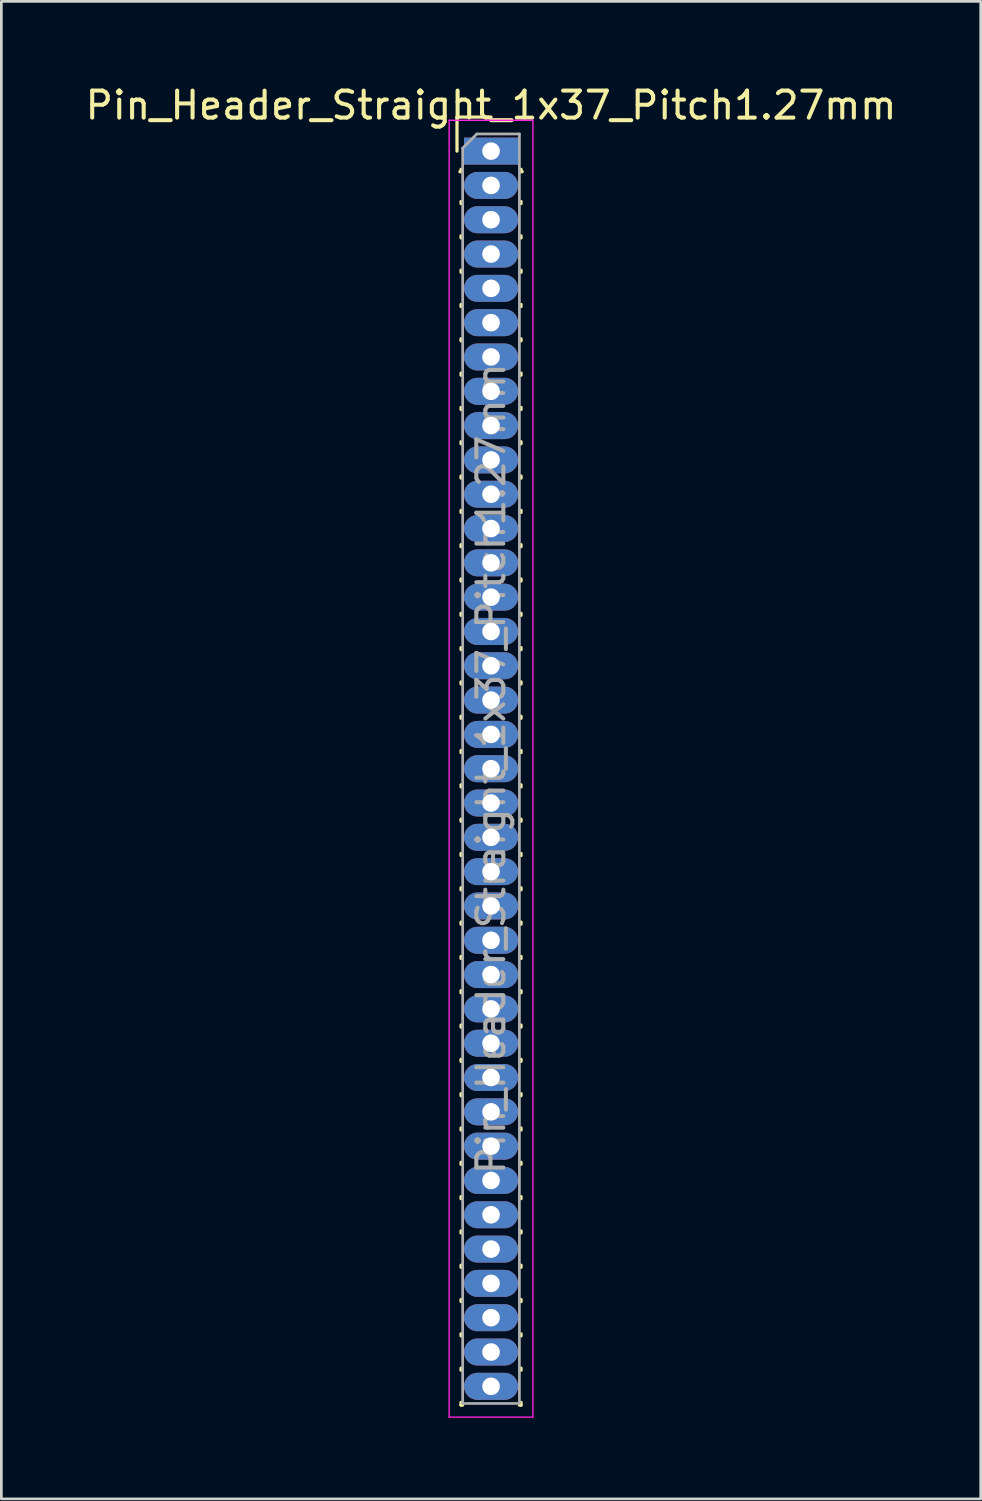
<source format=kicad_pcb>
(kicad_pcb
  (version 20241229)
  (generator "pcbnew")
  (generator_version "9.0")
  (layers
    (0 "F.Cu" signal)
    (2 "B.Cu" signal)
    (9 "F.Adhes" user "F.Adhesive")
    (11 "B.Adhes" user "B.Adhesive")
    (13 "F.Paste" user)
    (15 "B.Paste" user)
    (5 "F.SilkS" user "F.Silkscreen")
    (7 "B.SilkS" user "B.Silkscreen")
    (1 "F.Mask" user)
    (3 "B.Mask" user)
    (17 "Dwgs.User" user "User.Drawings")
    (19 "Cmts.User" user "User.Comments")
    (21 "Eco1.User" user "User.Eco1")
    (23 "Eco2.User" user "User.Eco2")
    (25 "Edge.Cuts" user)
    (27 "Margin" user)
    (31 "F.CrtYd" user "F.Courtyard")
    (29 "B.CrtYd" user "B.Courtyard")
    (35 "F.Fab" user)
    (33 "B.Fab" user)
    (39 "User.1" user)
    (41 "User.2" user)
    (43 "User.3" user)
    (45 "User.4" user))
  (footprint "Pin_Header_Straight_1x37_Pitch1.27mm"
    (layer "F.Cu")
    (at 15.125 2.543)
    (property "Reference" "Pin_Header_Straight_1x37_Pitch1.27mm" (at 0 -1.695 0) (layer "F.SilkS") (effects (font (size 1 1) (thickness 0.15))))
    (attr through_hole)
    (fp_line (start -1.26 -1.26) (end 0 -1.26) (stroke (width 0.12) (type solid)) (layer "F.SilkS"))
    (fp_line (start -1.26 0) (end -1.26 -1.26) (stroke (width 0.12) (type solid)) (layer "F.SilkS"))
    (fp_line (start -1.11 0.76) (end -1.152 0.76) (stroke (width 0.12) (type solid)) (layer "F.SilkS"))
    (fp_line (start -1.11 0.76) (end -1.11 0.674) (stroke (width 0.12) (type solid)) (layer "F.SilkS"))
    (fp_line (start -1.11 1.866) (end -1.11 1.944) (stroke (width 0.12) (type solid)) (layer "F.SilkS"))
    (fp_line (start -1.11 3.136) (end -1.11 3.214) (stroke (width 0.12) (type solid)) (layer "F.SilkS"))
    (fp_line (start -1.11 4.406) (end -1.11 4.484) (stroke (width 0.12) (type solid)) (layer "F.SilkS"))
    (fp_line (start -1.11 5.676) (end -1.11 5.754) (stroke (width 0.12) (type solid)) (layer "F.SilkS"))
    (fp_line (start -1.11 6.946) (end -1.11 7.024) (stroke (width 0.12) (type solid)) (layer "F.SilkS"))
    (fp_line (start -1.11 8.216) (end -1.11 8.294) (stroke (width 0.12) (type solid)) (layer "F.SilkS"))
    (fp_line (start -1.11 9.486) (end -1.11 9.564) (stroke (width 0.12) (type solid)) (layer "F.SilkS"))
    (fp_line (start -1.11 10.756) (end -1.11 10.834) (stroke (width 0.12) (type solid)) (layer "F.SilkS"))
    (fp_line (start -1.11 12.026) (end -1.11 12.104) (stroke (width 0.12) (type solid)) (layer "F.SilkS"))
    (fp_line (start -1.11 13.296) (end -1.11 13.374) (stroke (width 0.12) (type solid)) (layer "F.SilkS"))
    (fp_line (start -1.11 14.566) (end -1.11 14.644) (stroke (width 0.12) (type solid)) (layer "F.SilkS"))
    (fp_line (start -1.11 15.836) (end -1.11 15.914) (stroke (width 0.12) (type solid)) (layer "F.SilkS"))
    (fp_line (start -1.11 17.106) (end -1.11 17.184) (stroke (width 0.12) (type solid)) (layer "F.SilkS"))
    (fp_line (start -1.11 18.376) (end -1.11 18.454) (stroke (width 0.12) (type solid)) (layer "F.SilkS"))
    (fp_line (start -1.11 19.646) (end -1.11 19.724) (stroke (width 0.12) (type solid)) (layer "F.SilkS"))
    (fp_line (start -1.11 20.916) (end -1.11 20.994) (stroke (width 0.12) (type solid)) (layer "F.SilkS"))
    (fp_line (start -1.11 22.186) (end -1.11 22.264) (stroke (width 0.12) (type solid)) (layer "F.SilkS"))
    (fp_line (start -1.11 23.456) (end -1.11 23.534) (stroke (width 0.12) (type solid)) (layer "F.SilkS"))
    (fp_line (start -1.11 24.726) (end -1.11 24.804) (stroke (width 0.12) (type solid)) (layer "F.SilkS"))
    (fp_line (start -1.11 25.996) (end -1.11 26.074) (stroke (width 0.12) (type solid)) (layer "F.SilkS"))
    (fp_line (start -1.11 27.266) (end -1.11 27.344) (stroke (width 0.12) (type solid)) (layer "F.SilkS"))
    (fp_line (start -1.11 28.536) (end -1.11 28.614) (stroke (width 0.12) (type solid)) (layer "F.SilkS"))
    (fp_line (start -1.11 29.806) (end -1.11 29.884) (stroke (width 0.12) (type solid)) (layer "F.SilkS"))
    (fp_line (start -1.11 31.076) (end -1.11 31.154) (stroke (width 0.12) (type solid)) (layer "F.SilkS"))
    (fp_line (start -1.11 32.346) (end -1.11 32.424) (stroke (width 0.12) (type solid)) (layer "F.SilkS"))
    (fp_line (start -1.11 33.616) (end -1.11 33.694) (stroke (width 0.12) (type solid)) (layer "F.SilkS"))
    (fp_line (start -1.11 34.886) (end -1.11 34.964) (stroke (width 0.12) (type solid)) (layer "F.SilkS"))
    (fp_line (start -1.11 36.156) (end -1.11 36.234) (stroke (width 0.12) (type solid)) (layer "F.SilkS"))
    (fp_line (start -1.11 37.426) (end -1.11 37.504) (stroke (width 0.12) (type solid)) (layer "F.SilkS"))
    (fp_line (start -1.11 38.696) (end -1.11 38.774) (stroke (width 0.12) (type solid)) (layer "F.SilkS"))
    (fp_line (start -1.11 39.966) (end -1.11 40.044) (stroke (width 0.12) (type solid)) (layer "F.SilkS"))
    (fp_line (start -1.11 41.236) (end -1.11 41.314) (stroke (width 0.12) (type solid)) (layer "F.SilkS"))
    (fp_line (start -1.11 42.506) (end -1.11 42.584) (stroke (width 0.12) (type solid)) (layer "F.SilkS"))
    (fp_line (start -1.11 43.776) (end -1.11 43.854) (stroke (width 0.12) (type solid)) (layer "F.SilkS"))
    (fp_line (start -1.11 45.046) (end -1.11 45.124) (stroke (width 0.12) (type solid)) (layer "F.SilkS"))
    (fp_line (start -1.11 46.316) (end -1.11 46.415) (stroke (width 0.12) (type solid)) (layer "F.SilkS"))
    (fp_line (start -1.11 46.415) (end -1.051 46.415) (stroke (width 0.12) (type solid)) (layer "F.SilkS"))
    (fp_line (start 1.051 46.415) (end 1.11 46.415) (stroke (width 0.12) (type solid)) (layer "F.SilkS"))
    (fp_line (start 1.11 0.76) (end 1.11 0.674) (stroke (width 0.12) (type solid)) (layer "F.SilkS"))
    (fp_line (start 1.11 1.866) (end 1.11 1.944) (stroke (width 0.12) (type solid)) (layer "F.SilkS"))
    (fp_line (start 1.11 3.136) (end 1.11 3.214) (stroke (width 0.12) (type solid)) (layer "F.SilkS"))
    (fp_line (start 1.11 4.406) (end 1.11 4.484) (stroke (width 0.12) (type solid)) (layer "F.SilkS"))
    (fp_line (start 1.11 5.676) (end 1.11 5.754) (stroke (width 0.12) (type solid)) (layer "F.SilkS"))
    (fp_line (start 1.11 6.946) (end 1.11 7.024) (stroke (width 0.12) (type solid)) (layer "F.SilkS"))
    (fp_line (start 1.11 8.216) (end 1.11 8.294) (stroke (width 0.12) (type solid)) (layer "F.SilkS"))
    (fp_line (start 1.11 9.486) (end 1.11 9.564) (stroke (width 0.12) (type solid)) (layer "F.SilkS"))
    (fp_line (start 1.11 10.756) (end 1.11 10.834) (stroke (width 0.12) (type solid)) (layer "F.SilkS"))
    (fp_line (start 1.11 12.026) (end 1.11 12.104) (stroke (width 0.12) (type solid)) (layer "F.SilkS"))
    (fp_line (start 1.11 13.296) (end 1.11 13.374) (stroke (width 0.12) (type solid)) (layer "F.SilkS"))
    (fp_line (start 1.11 14.566) (end 1.11 14.644) (stroke (width 0.12) (type solid)) (layer "F.SilkS"))
    (fp_line (start 1.11 15.836) (end 1.11 15.914) (stroke (width 0.12) (type solid)) (layer "F.SilkS"))
    (fp_line (start 1.11 17.106) (end 1.11 17.184) (stroke (width 0.12) (type solid)) (layer "F.SilkS"))
    (fp_line (start 1.11 18.376) (end 1.11 18.454) (stroke (width 0.12) (type solid)) (layer "F.SilkS"))
    (fp_line (start 1.11 19.646) (end 1.11 19.724) (stroke (width 0.12) (type solid)) (layer "F.SilkS"))
    (fp_line (start 1.11 20.916) (end 1.11 20.994) (stroke (width 0.12) (type solid)) (layer "F.SilkS"))
    (fp_line (start 1.11 22.186) (end 1.11 22.264) (stroke (width 0.12) (type solid)) (layer "F.SilkS"))
    (fp_line (start 1.11 23.456) (end 1.11 23.534) (stroke (width 0.12) (type solid)) (layer "F.SilkS"))
    (fp_line (start 1.11 24.726) (end 1.11 24.804) (stroke (width 0.12) (type solid)) (layer "F.SilkS"))
    (fp_line (start 1.11 25.996) (end 1.11 26.074) (stroke (width 0.12) (type solid)) (layer "F.SilkS"))
    (fp_line (start 1.11 27.266) (end 1.11 27.344) (stroke (width 0.12) (type solid)) (layer "F.SilkS"))
    (fp_line (start 1.11 28.536) (end 1.11 28.614) (stroke (width 0.12) (type solid)) (layer "F.SilkS"))
    (fp_line (start 1.11 29.806) (end 1.11 29.884) (stroke (width 0.12) (type solid)) (layer "F.SilkS"))
    (fp_line (start 1.11 31.076) (end 1.11 31.154) (stroke (width 0.12) (type solid)) (layer "F.SilkS"))
    (fp_line (start 1.11 32.346) (end 1.11 32.424) (stroke (width 0.12) (type solid)) (layer "F.SilkS"))
    (fp_line (start 1.11 33.616) (end 1.11 33.694) (stroke (width 0.12) (type solid)) (layer "F.SilkS"))
    (fp_line (start 1.11 34.886) (end 1.11 34.964) (stroke (width 0.12) (type solid)) (layer "F.SilkS"))
    (fp_line (start 1.11 36.156) (end 1.11 36.234) (stroke (width 0.12) (type solid)) (layer "F.SilkS"))
    (fp_line (start 1.11 37.426) (end 1.11 37.504) (stroke (width 0.12) (type solid)) (layer "F.SilkS"))
    (fp_line (start 1.11 38.696) (end 1.11 38.774) (stroke (width 0.12) (type solid)) (layer "F.SilkS"))
    (fp_line (start 1.11 39.966) (end 1.11 40.044) (stroke (width 0.12) (type solid)) (layer "F.SilkS"))
    (fp_line (start 1.11 41.236) (end 1.11 41.314) (stroke (width 0.12) (type solid)) (layer "F.SilkS"))
    (fp_line (start 1.11 42.506) (end 1.11 42.584) (stroke (width 0.12) (type solid)) (layer "F.SilkS"))
    (fp_line (start 1.11 43.776) (end 1.11 43.854) (stroke (width 0.12) (type solid)) (layer "F.SilkS"))
    (fp_line (start 1.11 45.046) (end 1.11 45.124) (stroke (width 0.12) (type solid)) (layer "F.SilkS"))
    (fp_line (start 1.11 46.316) (end 1.11 46.415) (stroke (width 0.12) (type solid)) (layer "F.SilkS"))
    (fp_line (start 1.152 0.76) (end 1.11 0.76) (stroke (width 0.12) (type solid)) (layer "F.SilkS"))
    (fp_line (start -1.55 -1.14) (end -1.55 46.86) (stroke (width 0.05) (type solid)) (layer "F.CrtYd"))
    (fp_line (start -1.55 46.86) (end 1.55 46.86) (stroke (width 0.05) (type solid)) (layer "F.CrtYd"))
    (fp_line (start 1.55 -1.14) (end -1.55 -1.14) (stroke (width 0.05) (type solid)) (layer "F.CrtYd"))
    (fp_line (start 1.55 46.86) (end 1.55 -1.14) (stroke (width 0.05) (type solid)) (layer "F.CrtYd"))
    (fp_line (start -1.05 -0.11) (end -0.525 -0.635) (stroke (width 0.1) (type solid)) (layer "F.Fab"))
    (fp_line (start -1.05 46.355) (end -1.05 -0.11) (stroke (width 0.1) (type solid)) (layer "F.Fab"))
    (fp_line (start -0.525 -0.635) (end 1.05 -0.635) (stroke (width 0.1) (type solid)) (layer "F.Fab"))
    (fp_line (start 1.05 -0.635) (end 1.05 46.355) (stroke (width 0.1) (type solid)) (layer "F.Fab"))
    (fp_line (start 1.05 46.355) (end -1.05 46.355) (stroke (width 0.1) (type solid)) (layer "F.Fab"))
    (fp_text user "${REFERENCE}" (at 0 22.86 90) (layer "F.Fab") (effects (font (size 1 1) (thickness 0.15))))
    (pad "1" thru_hole rect (at 0 0) (size 2 1) (drill 0.65) (layers "*.Cu" "*.Mask"))
    (pad "2" thru_hole oval (at 0 1.27) (size 2 1) (drill 0.65) (layers "*.Cu" "*.Mask"))
    (pad "3" thru_hole oval (at 0 2.54) (size 2 1) (drill 0.65) (layers "*.Cu" "*.Mask"))
    (pad "4" thru_hole oval (at 0 3.81) (size 2 1) (drill 0.65) (layers "*.Cu" "*.Mask"))
    (pad "5" thru_hole oval (at 0 5.08) (size 2 1) (drill 0.65) (layers "*.Cu" "*.Mask"))
    (pad "6" thru_hole oval (at 0 6.35) (size 2 1) (drill 0.65) (layers "*.Cu" "*.Mask"))
    (pad "7" thru_hole oval (at 0 7.62) (size 2 1) (drill 0.65) (layers "*.Cu" "*.Mask"))
    (pad "8" thru_hole oval (at 0 8.89) (size 2 1) (drill 0.65) (layers "*.Cu" "*.Mask"))
    (pad "9" thru_hole oval (at 0 10.16) (size 2 1) (drill 0.65) (layers "*.Cu" "*.Mask"))
    (pad "10" thru_hole oval (at 0 11.43) (size 2 1) (drill 0.65) (layers "*.Cu" "*.Mask"))
    (pad "11" thru_hole oval (at 0 12.7) (size 2 1) (drill 0.65) (layers "*.Cu" "*.Mask"))
    (pad "12" thru_hole oval (at 0 13.97) (size 2 1) (drill 0.65) (layers "*.Cu" "*.Mask"))
    (pad "13" thru_hole oval (at 0 15.24) (size 2 1) (drill 0.65) (layers "*.Cu" "*.Mask"))
    (pad "14" thru_hole oval (at 0 16.51) (size 2 1) (drill 0.65) (layers "*.Cu" "*.Mask"))
    (pad "15" thru_hole oval (at 0 17.78) (size 2 1) (drill 0.65) (layers "*.Cu" "*.Mask"))
    (pad "16" thru_hole oval (at 0 19.05) (size 2 1) (drill 0.65) (layers "*.Cu" "*.Mask"))
    (pad "17" thru_hole oval (at 0 20.32) (size 2 1) (drill 0.65) (layers "*.Cu" "*.Mask"))
    (pad "18" thru_hole oval (at 0 21.59) (size 2 1) (drill 0.65) (layers "*.Cu" "*.Mask"))
    (pad "19" thru_hole oval (at 0 22.86) (size 2 1) (drill 0.65) (layers "*.Cu" "*.Mask"))
    (pad "20" thru_hole oval (at 0 24.13) (size 2 1) (drill 0.65) (layers "*.Cu" "*.Mask"))
    (pad "21" thru_hole oval (at 0 25.4) (size 2 1) (drill 0.65) (layers "*.Cu" "*.Mask"))
    (pad "22" thru_hole oval (at 0 26.67) (size 2 1) (drill 0.65) (layers "*.Cu" "*.Mask"))
    (pad "23" thru_hole oval (at 0 27.94) (size 2 1) (drill 0.65) (layers "*.Cu" "*.Mask"))
    (pad "24" thru_hole oval (at 0 29.21) (size 2 1) (drill 0.65) (layers "*.Cu" "*.Mask"))
    (pad "25" thru_hole oval (at 0 30.48) (size 2 1) (drill 0.65) (layers "*.Cu" "*.Mask"))
    (pad "26" thru_hole oval (at 0 31.75) (size 2 1) (drill 0.65) (layers "*.Cu" "*.Mask"))
    (pad "27" thru_hole oval (at 0 33.02) (size 2 1) (drill 0.65) (layers "*.Cu" "*.Mask"))
    (pad "28" thru_hole oval (at 0 34.29) (size 2 1) (drill 0.65) (layers "*.Cu" "*.Mask"))
    (pad "29" thru_hole oval (at 0 35.56) (size 2 1) (drill 0.65) (layers "*.Cu" "*.Mask"))
    (pad "30" thru_hole oval (at 0 36.83) (size 2 1) (drill 0.65) (layers "*.Cu" "*.Mask"))
    (pad "31" thru_hole oval (at 0 38.1) (size 2 1) (drill 0.65) (layers "*.Cu" "*.Mask"))
    (pad "32" thru_hole oval (at 0 39.37) (size 2 1) (drill 0.65) (layers "*.Cu" "*.Mask"))
    (pad "33" thru_hole oval (at 0 40.64) (size 2 1) (drill 0.65) (layers "*.Cu" "*.Mask"))
    (pad "34" thru_hole oval (at 0 41.91) (size 2 1) (drill 0.65) (layers "*.Cu" "*.Mask"))
    (pad "35" thru_hole oval (at 0 43.18) (size 2 1) (drill 0.65) (layers "*.Cu" "*.Mask"))
    (pad "36" thru_hole oval (at 0 44.45) (size 2 1) (drill 0.65) (layers "*.Cu" "*.Mask"))
    (pad "37" thru_hole oval (at 0 45.72) (size 2 1) (drill 0.65) (layers "*.Cu" "*.Mask")))
  (gr_rect
    (start -3 -3)
    (end 33.25 52.428)
    (stroke (width 0.1) (type default))
    (fill no)
    (layer "Edge.Cuts")))
</source>
